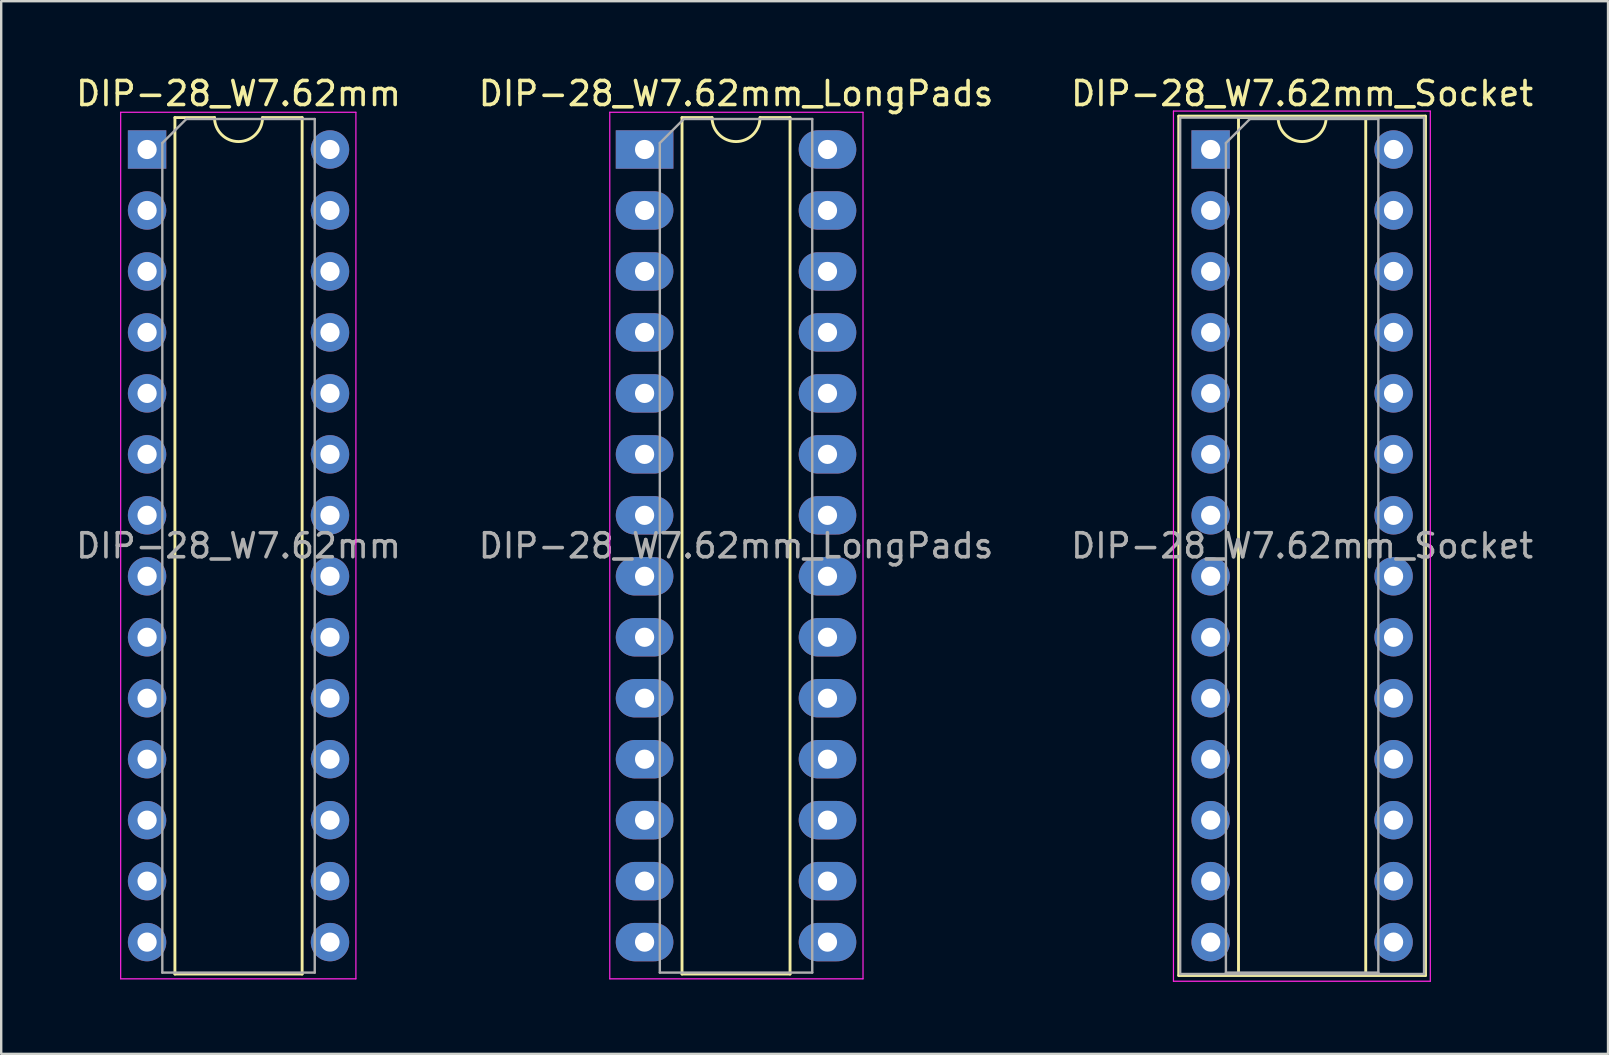
<source format=kicad_pcb>
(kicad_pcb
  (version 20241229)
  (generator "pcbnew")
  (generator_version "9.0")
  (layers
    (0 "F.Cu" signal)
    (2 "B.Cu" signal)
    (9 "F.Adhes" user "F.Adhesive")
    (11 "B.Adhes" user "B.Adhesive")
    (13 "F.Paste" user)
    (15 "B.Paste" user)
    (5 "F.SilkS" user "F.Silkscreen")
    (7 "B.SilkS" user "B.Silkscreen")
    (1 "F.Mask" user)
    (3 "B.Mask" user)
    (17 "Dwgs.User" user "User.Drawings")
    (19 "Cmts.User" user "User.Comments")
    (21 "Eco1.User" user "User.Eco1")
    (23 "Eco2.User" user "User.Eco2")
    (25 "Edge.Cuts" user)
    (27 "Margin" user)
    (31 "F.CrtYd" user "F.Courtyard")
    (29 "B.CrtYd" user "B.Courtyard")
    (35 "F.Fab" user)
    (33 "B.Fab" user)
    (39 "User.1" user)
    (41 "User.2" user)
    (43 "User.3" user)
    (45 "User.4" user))
  (footprint "DIP-28_W7.62mm"
    (layer "F.Cu")
    (at 3.077 3.178)
    (property "Reference" "DIP-28_W7.62mm" (at 3.81 -2.33 0) (layer "F.SilkS") (effects (font (size 1 1) (thickness 0.15))))
    (attr through_hole)
    (fp_line (start 1.16 -1.33) (end 1.16 34.35) (stroke (width 0.12) (type solid)) (layer "F.SilkS"))
    (fp_line (start 1.16 34.35) (end 6.46 34.35) (stroke (width 0.12) (type solid)) (layer "F.SilkS"))
    (fp_line (start 2.81 -1.33) (end 1.16 -1.33) (stroke (width 0.12) (type solid)) (layer "F.SilkS"))
    (fp_line (start 6.46 -1.33) (end 4.81 -1.33) (stroke (width 0.12) (type solid)) (layer "F.SilkS"))
    (fp_line (start 6.46 34.35) (end 6.46 -1.33) (stroke (width 0.12) (type solid)) (layer "F.SilkS"))
    (fp_arc (start 4.81 -1.33) (mid 3.81 -0.33) (end 2.81 -1.33) (stroke (width 0.12) (type solid)) (layer "F.SilkS"))
    (fp_line (start -1.1 -1.55) (end -1.1 34.55) (stroke (width 0.05) (type solid)) (layer "F.CrtYd"))
    (fp_line (start -1.1 34.55) (end 8.7 34.55) (stroke (width 0.05) (type solid)) (layer "F.CrtYd"))
    (fp_line (start 8.7 -1.55) (end -1.1 -1.55) (stroke (width 0.05) (type solid)) (layer "F.CrtYd"))
    (fp_line (start 8.7 34.55) (end 8.7 -1.55) (stroke (width 0.05) (type solid)) (layer "F.CrtYd"))
    (fp_line (start 0.635 -0.27) (end 1.635 -1.27) (stroke (width 0.1) (type solid)) (layer "F.Fab"))
    (fp_line (start 0.635 34.29) (end 0.635 -0.27) (stroke (width 0.1) (type solid)) (layer "F.Fab"))
    (fp_line (start 1.635 -1.27) (end 6.985 -1.27) (stroke (width 0.1) (type solid)) (layer "F.Fab"))
    (fp_line (start 6.985 -1.27) (end 6.985 34.29) (stroke (width 0.1) (type solid)) (layer "F.Fab"))
    (fp_line (start 6.985 34.29) (end 0.635 34.29) (stroke (width 0.1) (type solid)) (layer "F.Fab"))
    (fp_text user "${REFERENCE}" (at 3.81 16.51 0) (layer "F.Fab") (effects (font (size 1 1) (thickness 0.15))))
    (pad "1" thru_hole rect (at 0 0) (size 1.6 1.6) (drill 0.8) (layers "*.Cu" "*.Mask"))
    (pad "2" thru_hole oval (at 0 2.54) (size 1.6 1.6) (drill 0.8) (layers "*.Cu" "*.Mask"))
    (pad "3" thru_hole oval (at 0 5.08) (size 1.6 1.6) (drill 0.8) (layers "*.Cu" "*.Mask"))
    (pad "4" thru_hole oval (at 0 7.62) (size 1.6 1.6) (drill 0.8) (layers "*.Cu" "*.Mask"))
    (pad "5" thru_hole oval (at 0 10.16) (size 1.6 1.6) (drill 0.8) (layers "*.Cu" "*.Mask"))
    (pad "6" thru_hole oval (at 0 12.7) (size 1.6 1.6) (drill 0.8) (layers "*.Cu" "*.Mask"))
    (pad "7" thru_hole oval (at 0 15.24) (size 1.6 1.6) (drill 0.8) (layers "*.Cu" "*.Mask"))
    (pad "8" thru_hole oval (at 0 17.78) (size 1.6 1.6) (drill 0.8) (layers "*.Cu" "*.Mask"))
    (pad "9" thru_hole oval (at 0 20.32) (size 1.6 1.6) (drill 0.8) (layers "*.Cu" "*.Mask"))
    (pad "10" thru_hole oval (at 0 22.86) (size 1.6 1.6) (drill 0.8) (layers "*.Cu" "*.Mask"))
    (pad "11" thru_hole oval (at 0 25.4) (size 1.6 1.6) (drill 0.8) (layers "*.Cu" "*.Mask"))
    (pad "12" thru_hole oval (at 0 27.94) (size 1.6 1.6) (drill 0.8) (layers "*.Cu" "*.Mask"))
    (pad "13" thru_hole oval (at 0 30.48) (size 1.6 1.6) (drill 0.8) (layers "*.Cu" "*.Mask"))
    (pad "14" thru_hole oval (at 0 33.02) (size 1.6 1.6) (drill 0.8) (layers "*.Cu" "*.Mask"))
    (pad "15" thru_hole oval (at 7.62 33.02) (size 1.6 1.6) (drill 0.8) (layers "*.Cu" "*.Mask"))
    (pad "16" thru_hole oval (at 7.62 30.48) (size 1.6 1.6) (drill 0.8) (layers "*.Cu" "*.Mask"))
    (pad "17" thru_hole oval (at 7.62 27.94) (size 1.6 1.6) (drill 0.8) (layers "*.Cu" "*.Mask"))
    (pad "18" thru_hole oval (at 7.62 25.4) (size 1.6 1.6) (drill 0.8) (layers "*.Cu" "*.Mask"))
    (pad "19" thru_hole oval (at 7.62 22.86) (size 1.6 1.6) (drill 0.8) (layers "*.Cu" "*.Mask"))
    (pad "20" thru_hole oval (at 7.62 20.32) (size 1.6 1.6) (drill 0.8) (layers "*.Cu" "*.Mask"))
    (pad "21" thru_hole oval (at 7.62 17.78) (size 1.6 1.6) (drill 0.8) (layers "*.Cu" "*.Mask"))
    (pad "22" thru_hole oval (at 7.62 15.24) (size 1.6 1.6) (drill 0.8) (layers "*.Cu" "*.Mask"))
    (pad "23" thru_hole oval (at 7.62 12.7) (size 1.6 1.6) (drill 0.8) (layers "*.Cu" "*.Mask"))
    (pad "24" thru_hole oval (at 7.62 10.16) (size 1.6 1.6) (drill 0.8) (layers "*.Cu" "*.Mask"))
    (pad "25" thru_hole oval (at 7.62 7.62) (size 1.6 1.6) (drill 0.8) (layers "*.Cu" "*.Mask"))
    (pad "26" thru_hole oval (at 7.62 5.08) (size 1.6 1.6) (drill 0.8) (layers "*.Cu" "*.Mask"))
    (pad "27" thru_hole oval (at 7.62 2.54) (size 1.6 1.6) (drill 0.8) (layers "*.Cu" "*.Mask"))
    (pad "28" thru_hole oval (at 7.62 0) (size 1.6 1.6) (drill 0.8) (layers "*.Cu" "*.Mask")))
  (footprint "DIP-28_W7.62mm_Socket"
    (layer "F.Cu")
    (at 47.386 3.178)
    (property "Reference" "DIP-28_W7.62mm_Socket" (at 3.81 -2.33 0) (layer "F.SilkS") (effects (font (size 1 1) (thickness 0.15))))
    (attr through_hole)
    (fp_line (start -1.33 -1.39) (end -1.33 34.41) (stroke (width 0.12) (type solid)) (layer "F.SilkS"))
    (fp_line (start -1.33 34.41) (end 8.95 34.41) (stroke (width 0.12) (type solid)) (layer "F.SilkS"))
    (fp_line (start 1.16 -1.33) (end 1.16 34.35) (stroke (width 0.12) (type solid)) (layer "F.SilkS"))
    (fp_line (start 1.16 34.35) (end 6.46 34.35) (stroke (width 0.12) (type solid)) (layer "F.SilkS"))
    (fp_line (start 2.81 -1.33) (end 1.16 -1.33) (stroke (width 0.12) (type solid)) (layer "F.SilkS"))
    (fp_line (start 6.46 -1.33) (end 4.81 -1.33) (stroke (width 0.12) (type solid)) (layer "F.SilkS"))
    (fp_line (start 6.46 34.35) (end 6.46 -1.33) (stroke (width 0.12) (type solid)) (layer "F.SilkS"))
    (fp_line (start 8.95 -1.39) (end -1.33 -1.39) (stroke (width 0.12) (type solid)) (layer "F.SilkS"))
    (fp_line (start 8.95 34.41) (end 8.95 -1.39) (stroke (width 0.12) (type solid)) (layer "F.SilkS"))
    (fp_arc (start 4.81 -1.33) (mid 3.81 -0.33) (end 2.81 -1.33) (stroke (width 0.12) (type solid)) (layer "F.SilkS"))
    (fp_line (start -1.55 -1.6) (end -1.55 34.65) (stroke (width 0.05) (type solid)) (layer "F.CrtYd"))
    (fp_line (start -1.55 34.65) (end 9.15 34.65) (stroke (width 0.05) (type solid)) (layer "F.CrtYd"))
    (fp_line (start 9.15 -1.6) (end -1.55 -1.6) (stroke (width 0.05) (type solid)) (layer "F.CrtYd"))
    (fp_line (start 9.15 34.65) (end 9.15 -1.6) (stroke (width 0.05) (type solid)) (layer "F.CrtYd"))
    (fp_line (start -1.27 -1.33) (end -1.27 34.35) (stroke (width 0.1) (type solid)) (layer "F.Fab"))
    (fp_line (start -1.27 34.35) (end 8.89 34.35) (stroke (width 0.1) (type solid)) (layer "F.Fab"))
    (fp_line (start 0.635 -0.27) (end 1.635 -1.27) (stroke (width 0.1) (type solid)) (layer "F.Fab"))
    (fp_line (start 0.635 34.29) (end 0.635 -0.27) (stroke (width 0.1) (type solid)) (layer "F.Fab"))
    (fp_line (start 1.635 -1.27) (end 6.985 -1.27) (stroke (width 0.1) (type solid)) (layer "F.Fab"))
    (fp_line (start 6.985 -1.27) (end 6.985 34.29) (stroke (width 0.1) (type solid)) (layer "F.Fab"))
    (fp_line (start 6.985 34.29) (end 0.635 34.29) (stroke (width 0.1) (type solid)) (layer "F.Fab"))
    (fp_line (start 8.89 -1.33) (end -1.27 -1.33) (stroke (width 0.1) (type solid)) (layer "F.Fab"))
    (fp_line (start 8.89 34.35) (end 8.89 -1.33) (stroke (width 0.1) (type solid)) (layer "F.Fab"))
    (fp_text user "${REFERENCE}" (at 3.81 16.51 0) (layer "F.Fab") (effects (font (size 1 1) (thickness 0.15))))
    (pad "1" thru_hole rect (at 0 0) (size 1.6 1.6) (drill 0.8) (layers "*.Cu" "*.Mask"))
    (pad "2" thru_hole oval (at 0 2.54) (size 1.6 1.6) (drill 0.8) (layers "*.Cu" "*.Mask"))
    (pad "3" thru_hole oval (at 0 5.08) (size 1.6 1.6) (drill 0.8) (layers "*.Cu" "*.Mask"))
    (pad "4" thru_hole oval (at 0 7.62) (size 1.6 1.6) (drill 0.8) (layers "*.Cu" "*.Mask"))
    (pad "5" thru_hole oval (at 0 10.16) (size 1.6 1.6) (drill 0.8) (layers "*.Cu" "*.Mask"))
    (pad "6" thru_hole oval (at 0 12.7) (size 1.6 1.6) (drill 0.8) (layers "*.Cu" "*.Mask"))
    (pad "7" thru_hole oval (at 0 15.24) (size 1.6 1.6) (drill 0.8) (layers "*.Cu" "*.Mask"))
    (pad "8" thru_hole oval (at 0 17.78) (size 1.6 1.6) (drill 0.8) (layers "*.Cu" "*.Mask"))
    (pad "9" thru_hole oval (at 0 20.32) (size 1.6 1.6) (drill 0.8) (layers "*.Cu" "*.Mask"))
    (pad "10" thru_hole oval (at 0 22.86) (size 1.6 1.6) (drill 0.8) (layers "*.Cu" "*.Mask"))
    (pad "11" thru_hole oval (at 0 25.4) (size 1.6 1.6) (drill 0.8) (layers "*.Cu" "*.Mask"))
    (pad "12" thru_hole oval (at 0 27.94) (size 1.6 1.6) (drill 0.8) (layers "*.Cu" "*.Mask"))
    (pad "13" thru_hole oval (at 0 30.48) (size 1.6 1.6) (drill 0.8) (layers "*.Cu" "*.Mask"))
    (pad "14" thru_hole oval (at 0 33.02) (size 1.6 1.6) (drill 0.8) (layers "*.Cu" "*.Mask"))
    (pad "15" thru_hole oval (at 7.62 33.02) (size 1.6 1.6) (drill 0.8) (layers "*.Cu" "*.Mask"))
    (pad "16" thru_hole oval (at 7.62 30.48) (size 1.6 1.6) (drill 0.8) (layers "*.Cu" "*.Mask"))
    (pad "17" thru_hole oval (at 7.62 27.94) (size 1.6 1.6) (drill 0.8) (layers "*.Cu" "*.Mask"))
    (pad "18" thru_hole oval (at 7.62 25.4) (size 1.6 1.6) (drill 0.8) (layers "*.Cu" "*.Mask"))
    (pad "19" thru_hole oval (at 7.62 22.86) (size 1.6 1.6) (drill 0.8) (layers "*.Cu" "*.Mask"))
    (pad "20" thru_hole oval (at 7.62 20.32) (size 1.6 1.6) (drill 0.8) (layers "*.Cu" "*.Mask"))
    (pad "21" thru_hole oval (at 7.62 17.78) (size 1.6 1.6) (drill 0.8) (layers "*.Cu" "*.Mask"))
    (pad "22" thru_hole oval (at 7.62 15.24) (size 1.6 1.6) (drill 0.8) (layers "*.Cu" "*.Mask"))
    (pad "23" thru_hole oval (at 7.62 12.7) (size 1.6 1.6) (drill 0.8) (layers "*.Cu" "*.Mask"))
    (pad "24" thru_hole oval (at 7.62 10.16) (size 1.6 1.6) (drill 0.8) (layers "*.Cu" "*.Mask"))
    (pad "25" thru_hole oval (at 7.62 7.62) (size 1.6 1.6) (drill 0.8) (layers "*.Cu" "*.Mask"))
    (pad "26" thru_hole oval (at 7.62 5.08) (size 1.6 1.6) (drill 0.8) (layers "*.Cu" "*.Mask"))
    (pad "27" thru_hole oval (at 7.62 2.54) (size 1.6 1.6) (drill 0.8) (layers "*.Cu" "*.Mask"))
    (pad "28" thru_hole oval (at 7.62 0) (size 1.6 1.6) (drill 0.8) (layers "*.Cu" "*.Mask")))
  (footprint "DIP-28_W7.62mm_LongPads"
    (layer "F.Cu")
    (at 23.803 3.178)
    (property "Reference" "DIP-28_W7.62mm_LongPads" (at 3.81 -2.33 0) (layer "F.SilkS") (effects (font (size 1 1) (thickness 0.15))))
    (attr through_hole)
    (fp_line (start 1.56 -1.33) (end 1.56 34.35) (stroke (width 0.12) (type solid)) (layer "F.SilkS"))
    (fp_line (start 1.56 34.35) (end 6.06 34.35) (stroke (width 0.12) (type solid)) (layer "F.SilkS"))
    (fp_line (start 2.81 -1.33) (end 1.56 -1.33) (stroke (width 0.12) (type solid)) (layer "F.SilkS"))
    (fp_line (start 6.06 -1.33) (end 4.81 -1.33) (stroke (width 0.12) (type solid)) (layer "F.SilkS"))
    (fp_line (start 6.06 34.35) (end 6.06 -1.33) (stroke (width 0.12) (type solid)) (layer "F.SilkS"))
    (fp_arc (start 4.81 -1.33) (mid 3.81 -0.33) (end 2.81 -1.33) (stroke (width 0.12) (type solid)) (layer "F.SilkS"))
    (fp_line (start -1.45 -1.55) (end -1.45 34.55) (stroke (width 0.05) (type solid)) (layer "F.CrtYd"))
    (fp_line (start -1.45 34.55) (end 9.1 34.55) (stroke (width 0.05) (type solid)) (layer "F.CrtYd"))
    (fp_line (start 9.1 -1.55) (end -1.45 -1.55) (stroke (width 0.05) (type solid)) (layer "F.CrtYd"))
    (fp_line (start 9.1 34.55) (end 9.1 -1.55) (stroke (width 0.05) (type solid)) (layer "F.CrtYd"))
    (fp_line (start 0.635 -0.27) (end 1.635 -1.27) (stroke (width 0.1) (type solid)) (layer "F.Fab"))
    (fp_line (start 0.635 34.29) (end 0.635 -0.27) (stroke (width 0.1) (type solid)) (layer "F.Fab"))
    (fp_line (start 1.635 -1.27) (end 6.985 -1.27) (stroke (width 0.1) (type solid)) (layer "F.Fab"))
    (fp_line (start 6.985 -1.27) (end 6.985 34.29) (stroke (width 0.1) (type solid)) (layer "F.Fab"))
    (fp_line (start 6.985 34.29) (end 0.635 34.29) (stroke (width 0.1) (type solid)) (layer "F.Fab"))
    (fp_text user "${REFERENCE}" (at 3.81 16.51 0) (layer "F.Fab") (effects (font (size 1 1) (thickness 0.15))))
    (pad "1" thru_hole rect (at 0 0) (size 2.4 1.6) (drill 0.8) (layers "*.Cu" "*.Mask"))
    (pad "2" thru_hole oval (at 0 2.54) (size 2.4 1.6) (drill 0.8) (layers "*.Cu" "*.Mask"))
    (pad "3" thru_hole oval (at 0 5.08) (size 2.4 1.6) (drill 0.8) (layers "*.Cu" "*.Mask"))
    (pad "4" thru_hole oval (at 0 7.62) (size 2.4 1.6) (drill 0.8) (layers "*.Cu" "*.Mask"))
    (pad "5" thru_hole oval (at 0 10.16) (size 2.4 1.6) (drill 0.8) (layers "*.Cu" "*.Mask"))
    (pad "6" thru_hole oval (at 0 12.7) (size 2.4 1.6) (drill 0.8) (layers "*.Cu" "*.Mask"))
    (pad "7" thru_hole oval (at 0 15.24) (size 2.4 1.6) (drill 0.8) (layers "*.Cu" "*.Mask"))
    (pad "8" thru_hole oval (at 0 17.78) (size 2.4 1.6) (drill 0.8) (layers "*.Cu" "*.Mask"))
    (pad "9" thru_hole oval (at 0 20.32) (size 2.4 1.6) (drill 0.8) (layers "*.Cu" "*.Mask"))
    (pad "10" thru_hole oval (at 0 22.86) (size 2.4 1.6) (drill 0.8) (layers "*.Cu" "*.Mask"))
    (pad "11" thru_hole oval (at 0 25.4) (size 2.4 1.6) (drill 0.8) (layers "*.Cu" "*.Mask"))
    (pad "12" thru_hole oval (at 0 27.94) (size 2.4 1.6) (drill 0.8) (layers "*.Cu" "*.Mask"))
    (pad "13" thru_hole oval (at 0 30.48) (size 2.4 1.6) (drill 0.8) (layers "*.Cu" "*.Mask"))
    (pad "14" thru_hole oval (at 0 33.02) (size 2.4 1.6) (drill 0.8) (layers "*.Cu" "*.Mask"))
    (pad "15" thru_hole oval (at 7.62 33.02) (size 2.4 1.6) (drill 0.8) (layers "*.Cu" "*.Mask"))
    (pad "16" thru_hole oval (at 7.62 30.48) (size 2.4 1.6) (drill 0.8) (layers "*.Cu" "*.Mask"))
    (pad "17" thru_hole oval (at 7.62 27.94) (size 2.4 1.6) (drill 0.8) (layers "*.Cu" "*.Mask"))
    (pad "18" thru_hole oval (at 7.62 25.4) (size 2.4 1.6) (drill 0.8) (layers "*.Cu" "*.Mask"))
    (pad "19" thru_hole oval (at 7.62 22.86) (size 2.4 1.6) (drill 0.8) (layers "*.Cu" "*.Mask"))
    (pad "20" thru_hole oval (at 7.62 20.32) (size 2.4 1.6) (drill 0.8) (layers "*.Cu" "*.Mask"))
    (pad "21" thru_hole oval (at 7.62 17.78) (size 2.4 1.6) (drill 0.8) (layers "*.Cu" "*.Mask"))
    (pad "22" thru_hole oval (at 7.62 15.24) (size 2.4 1.6) (drill 0.8) (layers "*.Cu" "*.Mask"))
    (pad "23" thru_hole oval (at 7.62 12.7) (size 2.4 1.6) (drill 0.8) (layers "*.Cu" "*.Mask"))
    (pad "24" thru_hole oval (at 7.62 10.16) (size 2.4 1.6) (drill 0.8) (layers "*.Cu" "*.Mask"))
    (pad "25" thru_hole oval (at 7.62 7.62) (size 2.4 1.6) (drill 0.8) (layers "*.Cu" "*.Mask"))
    (pad "26" thru_hole oval (at 7.62 5.08) (size 2.4 1.6) (drill 0.8) (layers "*.Cu" "*.Mask"))
    (pad "27" thru_hole oval (at 7.62 2.54) (size 2.4 1.6) (drill 0.8) (layers "*.Cu" "*.Mask"))
    (pad "28" thru_hole oval (at 7.62 0) (size 2.4 1.6) (drill 0.8) (layers "*.Cu" "*.Mask")))
  (gr_rect
    (start -3 -3)
    (end 63.94 40.853)
    (stroke (width 0.1) (type default))
    (fill no)
    (layer "Edge.Cuts")))
</source>
